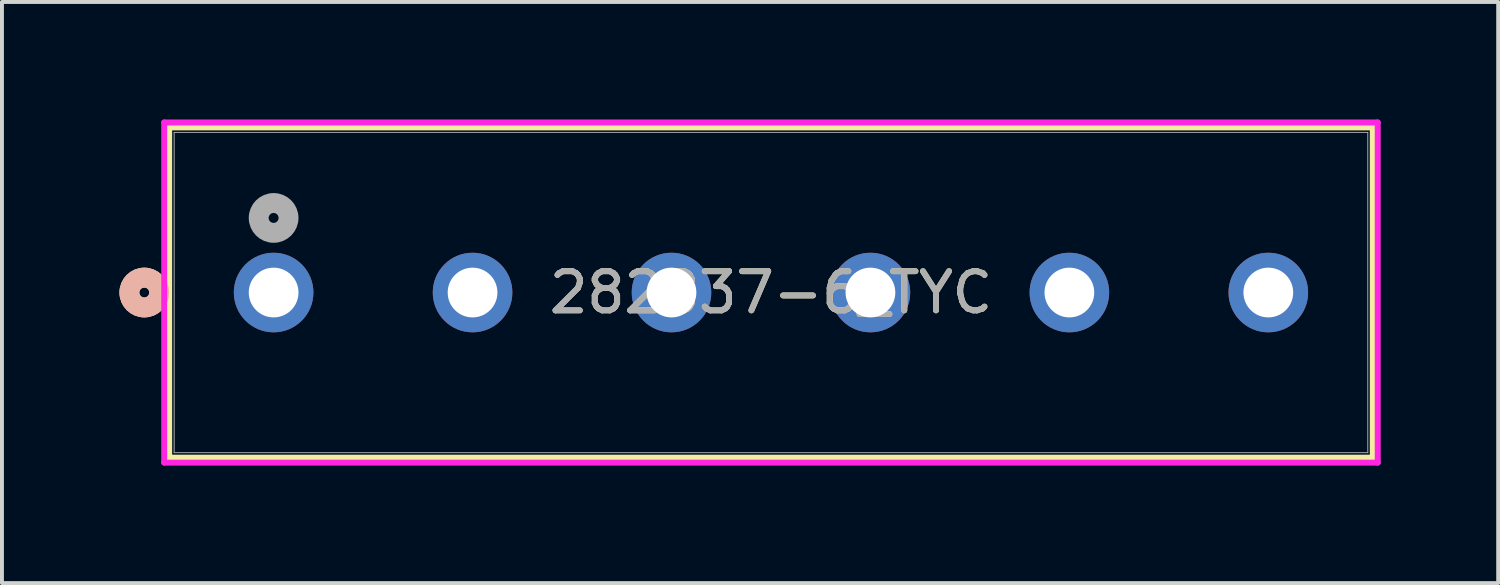
<source format=kicad_pcb>
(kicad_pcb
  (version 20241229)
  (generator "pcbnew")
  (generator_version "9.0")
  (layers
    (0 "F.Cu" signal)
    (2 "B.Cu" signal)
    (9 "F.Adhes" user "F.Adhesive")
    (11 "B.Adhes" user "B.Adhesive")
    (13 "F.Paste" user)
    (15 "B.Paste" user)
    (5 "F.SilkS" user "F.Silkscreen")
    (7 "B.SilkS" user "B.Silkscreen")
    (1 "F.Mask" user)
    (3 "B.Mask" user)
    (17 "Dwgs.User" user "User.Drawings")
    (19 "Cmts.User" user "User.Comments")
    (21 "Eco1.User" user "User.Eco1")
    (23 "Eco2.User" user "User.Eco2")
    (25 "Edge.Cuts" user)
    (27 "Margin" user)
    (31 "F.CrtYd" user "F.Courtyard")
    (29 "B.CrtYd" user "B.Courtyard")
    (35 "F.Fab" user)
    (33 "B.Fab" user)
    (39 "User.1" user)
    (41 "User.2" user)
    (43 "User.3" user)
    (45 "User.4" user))
  (footprint "282837-6_TYC"
    (layer "F.Cu")
    (at 3.937 4.42)
    (property "Reference" "282837-6_TYC" (at 12.7 0 0) (unlocked yes) (layer "F.SilkS") (effects (font (size 1 1) (thickness 0.15))))
    (attr through_hole)
    (fp_line (start -2.667 -4.216) (end -2.667 4.216) (stroke (width 0.152) (type solid)) (layer "F.SilkS"))
    (fp_line (start -2.667 4.216) (end 28.067 4.216) (stroke (width 0.152) (type solid)) (layer "F.SilkS"))
    (fp_line (start 28.067 -4.216) (end -2.667 -4.216) (stroke (width 0.152) (type solid)) (layer "F.SilkS"))
    (fp_line (start 28.067 4.216) (end 28.067 -4.216) (stroke (width 0.152) (type solid)) (layer "F.SilkS"))
    (fp_circle (center -3.302 0) (end -2.921 0) (stroke (width 0.508) (type solid)) (fill no) (layer "F.SilkS"))
    (fp_circle (center -3.302 0) (end -2.921 0) (stroke (width 0.508) (type solid)) (fill no) (layer "B.SilkS"))
    (fp_line (start -2.794 -4.343) (end -2.794 4.343) (stroke (width 0.152) (type solid)) (layer "F.CrtYd"))
    (fp_line (start -2.794 4.343) (end 28.194 4.343) (stroke (width 0.152) (type solid)) (layer "F.CrtYd"))
    (fp_line (start 28.194 -4.343) (end -2.794 -4.343) (stroke (width 0.152) (type solid)) (layer "F.CrtYd"))
    (fp_line (start 28.194 4.343) (end 28.194 -4.343) (stroke (width 0.152) (type solid)) (layer "F.CrtYd"))
    (fp_line (start -2.54 -4.089) (end -2.54 4.089) (stroke (width 0.025) (type solid)) (layer "F.Fab"))
    (fp_line (start -2.54 4.089) (end 27.94 4.089) (stroke (width 0.025) (type solid)) (layer "F.Fab"))
    (fp_line (start 27.94 -4.089) (end -2.54 -4.089) (stroke (width 0.025) (type solid)) (layer "F.Fab"))
    (fp_line (start 27.94 4.089) (end 27.94 -4.089) (stroke (width 0.025) (type solid)) (layer "F.Fab"))
    (fp_circle (center 0 -1.905) (end 0.381 -1.905) (stroke (width 0.508) (type solid)) (fill no) (layer "F.Fab"))
    (fp_text user "${REFERENCE}" (at 12.7 0 0) (unlocked yes) (layer "F.Fab") (effects (font (size 1 1) (thickness 0.15))))
    (pad "1" thru_hole circle (at 0 0) (size 2.032 2.032) (drill 1.27) (layers "*.Cu" "*.Mask"))
    (pad "2" thru_hole circle (at 5.08 0) (size 2.032 2.032) (drill 1.27) (layers "*.Cu" "*.Mask"))
    (pad "3" thru_hole circle (at 10.16 0) (size 2.032 2.032) (drill 1.27) (layers "*.Cu" "*.Mask"))
    (pad "4" thru_hole circle (at 15.24 0) (size 2.032 2.032) (drill 1.27) (layers "*.Cu" "*.Mask"))
    (pad "5" thru_hole circle (at 20.32 0) (size 2.032 2.032) (drill 1.27) (layers "*.Cu" "*.Mask"))
    (pad "6" thru_hole circle (at 25.4 0) (size 2.032 2.032) (drill 1.27) (layers "*.Cu" "*.Mask")))
  (gr_rect
    (start -3 -3)
    (end 35.207 11.839)
    (stroke (width 0.1) (type default))
    (fill no)
    (layer "Edge.Cuts")))
</source>
